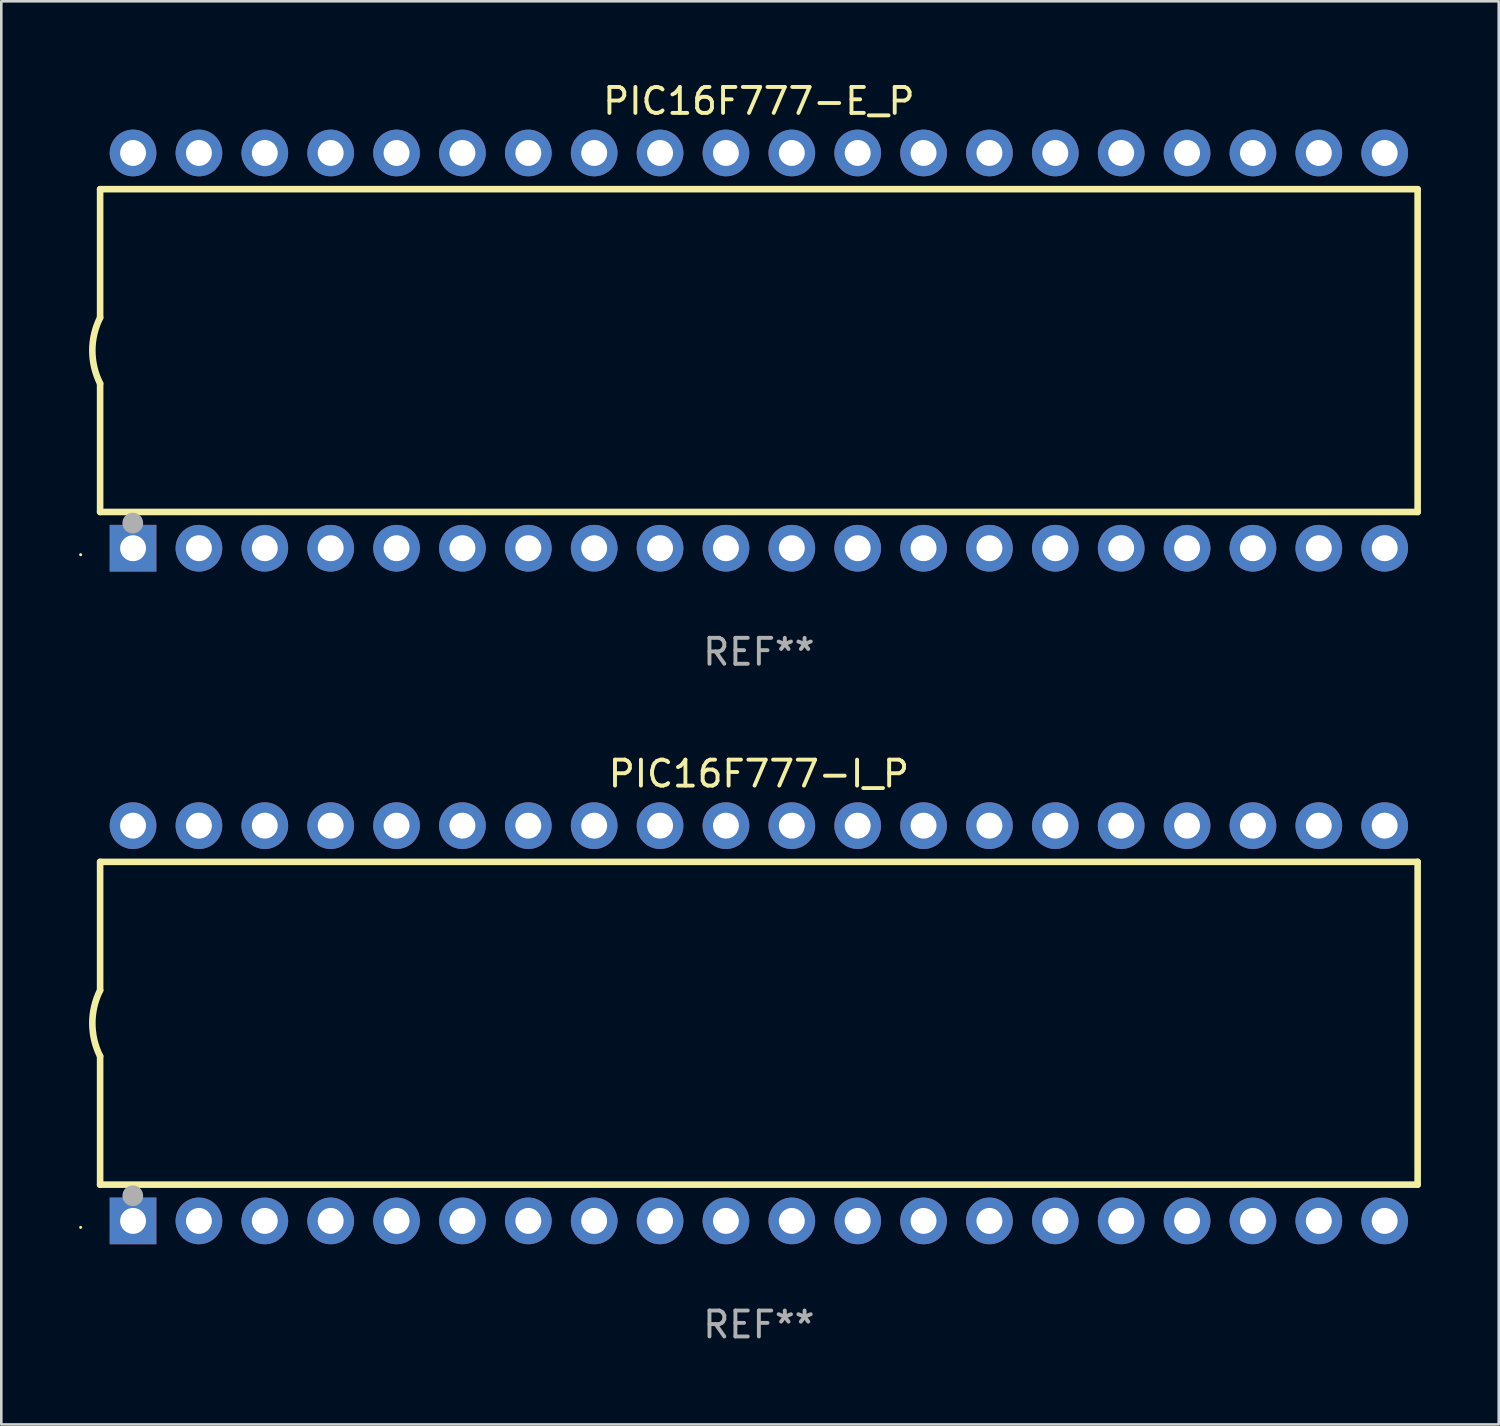
<source format=kicad_pcb>
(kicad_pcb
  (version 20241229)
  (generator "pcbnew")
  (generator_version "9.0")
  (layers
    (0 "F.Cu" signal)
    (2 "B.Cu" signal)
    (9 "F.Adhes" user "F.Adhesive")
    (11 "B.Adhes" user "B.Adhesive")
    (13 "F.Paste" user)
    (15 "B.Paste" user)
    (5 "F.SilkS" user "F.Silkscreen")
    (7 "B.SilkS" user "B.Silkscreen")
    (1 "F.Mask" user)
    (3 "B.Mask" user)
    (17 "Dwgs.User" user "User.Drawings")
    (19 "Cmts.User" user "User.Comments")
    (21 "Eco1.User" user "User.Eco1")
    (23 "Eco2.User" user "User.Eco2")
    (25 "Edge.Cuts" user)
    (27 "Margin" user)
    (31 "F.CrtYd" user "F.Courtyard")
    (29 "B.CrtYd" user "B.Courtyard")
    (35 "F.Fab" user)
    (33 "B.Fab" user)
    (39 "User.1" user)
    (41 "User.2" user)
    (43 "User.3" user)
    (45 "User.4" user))
  (footprint "PIC16F777-E_P"
    (layer "F.Cu")
    (at 26.21 10.468)
    (property "Reference" "PIC16F777-E_P" (at 0 -9.62 0) (layer "F.SilkS") (effects (font (size 1 1) (thickness 0.15))))
    (attr through_hole)
    (fp_line (start -25.4 -6.224) (end -25.4 -1.271) (stroke (width 0.254) (type solid)) (layer "F.SilkS"))
    (fp_line (start -25.4 -6.224) (end 25.4 -6.224) (stroke (width 0.254) (type solid)) (layer "F.SilkS"))
    (fp_line (start -25.4 1.269) (end -25.4 6.222) (stroke (width 0.254) (type solid)) (layer "F.SilkS"))
    (fp_line (start -25.4 6.222) (end 25.4 6.222) (stroke (width 0.254) (type solid)) (layer "F.SilkS"))
    (fp_line (start 25.4 6.222) (end 25.4 -6.224) (stroke (width 0.254) (type solid)) (layer "F.SilkS"))
    (fp_arc (start -25.4 1.269241) (mid -25.699807 -0.000762) (end -25.4 -1.270765) (stroke (width 0.254001) (type solid)) (layer "F.SilkS"))
    (fp_circle (center -26.15 7.87) (end -26.12 7.87) (stroke (width 0.06) (type solid)) (fill no) (layer "F.SilkS"))
    (fp_circle (center -24.14 6.65) (end -23.94 6.65) (stroke (width 0.4) (type solid)) (fill no) (layer "F.Fab"))
    (fp_text user "REF**" (at 0 11.62 0) (layer "F.Fab") (effects (font (size 1 1) (thickness 0.15))))
    (pad "1" thru_hole rect (at -24.13 7.62 90) (size 1.8 1.8) (drill 1) (layers "*.Cu" "*.Mask"))
    (pad "2" thru_hole circle (at -21.59 7.62) (size 1.8 1.8) (drill 1) (layers "*.Cu" "*.Mask"))
    (pad "3" thru_hole circle (at -19.05 7.62) (size 1.8 1.8) (drill 1) (layers "*.Cu" "*.Mask"))
    (pad "4" thru_hole circle (at -16.51 7.62) (size 1.8 1.8) (drill 1) (layers "*.Cu" "*.Mask"))
    (pad "5" thru_hole circle (at -13.97 7.62) (size 1.8 1.8) (drill 1) (layers "*.Cu" "*.Mask"))
    (pad "6" thru_hole circle (at -11.43 7.62) (size 1.8 1.8) (drill 1) (layers "*.Cu" "*.Mask"))
    (pad "7" thru_hole circle (at -8.89 7.62) (size 1.8 1.8) (drill 1) (layers "*.Cu" "*.Mask"))
    (pad "8" thru_hole circle (at -6.35 7.62) (size 1.8 1.8) (drill 1) (layers "*.Cu" "*.Mask"))
    (pad "9" thru_hole circle (at -3.81 7.62) (size 1.8 1.8) (drill 1) (layers "*.Cu" "*.Mask"))
    (pad "10" thru_hole circle (at -1.27 7.62) (size 1.8 1.8) (drill 1) (layers "*.Cu" "*.Mask"))
    (pad "11" thru_hole circle (at 1.27 7.62) (size 1.8 1.8) (drill 1) (layers "*.Cu" "*.Mask"))
    (pad "12" thru_hole circle (at 3.81 7.62) (size 1.8 1.8) (drill 1) (layers "*.Cu" "*.Mask"))
    (pad "13" thru_hole circle (at 6.35 7.62) (size 1.8 1.8) (drill 1) (layers "*.Cu" "*.Mask"))
    (pad "14" thru_hole circle (at 8.89 7.62) (size 1.8 1.8) (drill 1) (layers "*.Cu" "*.Mask"))
    (pad "15" thru_hole circle (at 11.43 7.62) (size 1.8 1.8) (drill 1) (layers "*.Cu" "*.Mask"))
    (pad "16" thru_hole circle (at 13.97 7.62) (size 1.8 1.8) (drill 1) (layers "*.Cu" "*.Mask"))
    (pad "17" thru_hole circle (at 16.51 7.62) (size 1.8 1.8) (drill 1) (layers "*.Cu" "*.Mask"))
    (pad "18" thru_hole circle (at 19.05 7.62) (size 1.8 1.8) (drill 1) (layers "*.Cu" "*.Mask"))
    (pad "19" thru_hole circle (at 21.59 7.62) (size 1.8 1.8) (drill 1) (layers "*.Cu" "*.Mask"))
    (pad "20" thru_hole circle (at 24.13 7.62) (size 1.8 1.8) (drill 1) (layers "*.Cu" "*.Mask"))
    (pad "21" thru_hole circle (at 24.13 -7.62) (size 1.8 1.8) (drill 1) (layers "*.Cu" "*.Mask"))
    (pad "22" thru_hole circle (at 21.59 -7.62) (size 1.8 1.8) (drill 1) (layers "*.Cu" "*.Mask"))
    (pad "23" thru_hole circle (at 19.05 -7.62) (size 1.8 1.8) (drill 1) (layers "*.Cu" "*.Mask"))
    (pad "24" thru_hole circle (at 16.51 -7.62) (size 1.8 1.8) (drill 1) (layers "*.Cu" "*.Mask"))
    (pad "25" thru_hole circle (at 13.97 -7.62) (size 1.8 1.8) (drill 1) (layers "*.Cu" "*.Mask"))
    (pad "26" thru_hole circle (at 11.43 -7.62) (size 1.8 1.8) (drill 1) (layers "*.Cu" "*.Mask"))
    (pad "27" thru_hole circle (at 8.89 -7.62) (size 1.8 1.8) (drill 1) (layers "*.Cu" "*.Mask"))
    (pad "28" thru_hole circle (at 6.35 -7.62) (size 1.8 1.8) (drill 1) (layers "*.Cu" "*.Mask"))
    (pad "29" thru_hole circle (at 3.81 -7.62) (size 1.8 1.8) (drill 1) (layers "*.Cu" "*.Mask"))
    (pad "30" thru_hole circle (at 1.27 -7.62) (size 1.8 1.8) (drill 1) (layers "*.Cu" "*.Mask"))
    (pad "31" thru_hole circle (at -1.27 -7.62) (size 1.8 1.8) (drill 1) (layers "*.Cu" "*.Mask"))
    (pad "32" thru_hole circle (at -3.81 -7.62) (size 1.8 1.8) (drill 1) (layers "*.Cu" "*.Mask"))
    (pad "33" thru_hole circle (at -6.35 -7.62) (size 1.8 1.8) (drill 1) (layers "*.Cu" "*.Mask"))
    (pad "34" thru_hole circle (at -8.89 -7.62) (size 1.8 1.8) (drill 1) (layers "*.Cu" "*.Mask"))
    (pad "35" thru_hole circle (at -11.43 -7.62) (size 1.8 1.8) (drill 1) (layers "*.Cu" "*.Mask"))
    (pad "36" thru_hole circle (at -13.97 -7.62) (size 1.8 1.8) (drill 1) (layers "*.Cu" "*.Mask"))
    (pad "37" thru_hole circle (at -16.51 -7.62) (size 1.8 1.8) (drill 1) (layers "*.Cu" "*.Mask"))
    (pad "38" thru_hole circle (at -19.05 -7.62) (size 1.8 1.8) (drill 1) (layers "*.Cu" "*.Mask"))
    (pad "39" thru_hole circle (at -21.59 -7.62) (size 1.8 1.8) (drill 1) (layers "*.Cu" "*.Mask"))
    (pad "40" thru_hole circle (at -24.13 -7.62) (size 1.8 1.8) (drill 1) (layers "*.Cu" "*.Mask")))
  (footprint "PIC16F777-I_P"
    (layer "F.Cu")
    (at 26.21 36.405)
    (property "Reference" "PIC16F777-I_P" (at 0 -9.62 0) (layer "F.SilkS") (effects (font (size 1 1) (thickness 0.15))))
    (attr through_hole)
    (fp_line (start -25.4 -6.224) (end -25.4 -1.271) (stroke (width 0.254) (type solid)) (layer "F.SilkS"))
    (fp_line (start -25.4 -6.224) (end 25.4 -6.224) (stroke (width 0.254) (type solid)) (layer "F.SilkS"))
    (fp_line (start -25.4 1.269) (end -25.4 6.222) (stroke (width 0.254) (type solid)) (layer "F.SilkS"))
    (fp_line (start -25.4 6.222) (end 25.4 6.222) (stroke (width 0.254) (type solid)) (layer "F.SilkS"))
    (fp_line (start 25.4 6.222) (end 25.4 -6.224) (stroke (width 0.254) (type solid)) (layer "F.SilkS"))
    (fp_arc (start -25.4 1.269241) (mid -25.699807 -0.000762) (end -25.4 -1.270765) (stroke (width 0.254001) (type solid)) (layer "F.SilkS"))
    (fp_circle (center -26.15 7.87) (end -26.12 7.87) (stroke (width 0.06) (type solid)) (fill no) (layer "F.SilkS"))
    (fp_circle (center -24.14 6.65) (end -23.94 6.65) (stroke (width 0.4) (type solid)) (fill no) (layer "F.Fab"))
    (fp_text user "REF**" (at 0 11.62 0) (layer "F.Fab") (effects (font (size 1 1) (thickness 0.15))))
    (pad "1" thru_hole rect (at -24.13 7.62 90) (size 1.8 1.8) (drill 1) (layers "*.Cu" "*.Mask"))
    (pad "2" thru_hole circle (at -21.59 7.62) (size 1.8 1.8) (drill 1) (layers "*.Cu" "*.Mask"))
    (pad "3" thru_hole circle (at -19.05 7.62) (size 1.8 1.8) (drill 1) (layers "*.Cu" "*.Mask"))
    (pad "4" thru_hole circle (at -16.51 7.62) (size 1.8 1.8) (drill 1) (layers "*.Cu" "*.Mask"))
    (pad "5" thru_hole circle (at -13.97 7.62) (size 1.8 1.8) (drill 1) (layers "*.Cu" "*.Mask"))
    (pad "6" thru_hole circle (at -11.43 7.62) (size 1.8 1.8) (drill 1) (layers "*.Cu" "*.Mask"))
    (pad "7" thru_hole circle (at -8.89 7.62) (size 1.8 1.8) (drill 1) (layers "*.Cu" "*.Mask"))
    (pad "8" thru_hole circle (at -6.35 7.62) (size 1.8 1.8) (drill 1) (layers "*.Cu" "*.Mask"))
    (pad "9" thru_hole circle (at -3.81 7.62) (size 1.8 1.8) (drill 1) (layers "*.Cu" "*.Mask"))
    (pad "10" thru_hole circle (at -1.27 7.62) (size 1.8 1.8) (drill 1) (layers "*.Cu" "*.Mask"))
    (pad "11" thru_hole circle (at 1.27 7.62) (size 1.8 1.8) (drill 1) (layers "*.Cu" "*.Mask"))
    (pad "12" thru_hole circle (at 3.81 7.62) (size 1.8 1.8) (drill 1) (layers "*.Cu" "*.Mask"))
    (pad "13" thru_hole circle (at 6.35 7.62) (size 1.8 1.8) (drill 1) (layers "*.Cu" "*.Mask"))
    (pad "14" thru_hole circle (at 8.89 7.62) (size 1.8 1.8) (drill 1) (layers "*.Cu" "*.Mask"))
    (pad "15" thru_hole circle (at 11.43 7.62) (size 1.8 1.8) (drill 1) (layers "*.Cu" "*.Mask"))
    (pad "16" thru_hole circle (at 13.97 7.62) (size 1.8 1.8) (drill 1) (layers "*.Cu" "*.Mask"))
    (pad "17" thru_hole circle (at 16.51 7.62) (size 1.8 1.8) (drill 1) (layers "*.Cu" "*.Mask"))
    (pad "18" thru_hole circle (at 19.05 7.62) (size 1.8 1.8) (drill 1) (layers "*.Cu" "*.Mask"))
    (pad "19" thru_hole circle (at 21.59 7.62) (size 1.8 1.8) (drill 1) (layers "*.Cu" "*.Mask"))
    (pad "20" thru_hole circle (at 24.13 7.62) (size 1.8 1.8) (drill 1) (layers "*.Cu" "*.Mask"))
    (pad "21" thru_hole circle (at 24.13 -7.62) (size 1.8 1.8) (drill 1) (layers "*.Cu" "*.Mask"))
    (pad "22" thru_hole circle (at 21.59 -7.62) (size 1.8 1.8) (drill 1) (layers "*.Cu" "*.Mask"))
    (pad "23" thru_hole circle (at 19.05 -7.62) (size 1.8 1.8) (drill 1) (layers "*.Cu" "*.Mask"))
    (pad "24" thru_hole circle (at 16.51 -7.62) (size 1.8 1.8) (drill 1) (layers "*.Cu" "*.Mask"))
    (pad "25" thru_hole circle (at 13.97 -7.62) (size 1.8 1.8) (drill 1) (layers "*.Cu" "*.Mask"))
    (pad "26" thru_hole circle (at 11.43 -7.62) (size 1.8 1.8) (drill 1) (layers "*.Cu" "*.Mask"))
    (pad "27" thru_hole circle (at 8.89 -7.62) (size 1.8 1.8) (drill 1) (layers "*.Cu" "*.Mask"))
    (pad "28" thru_hole circle (at 6.35 -7.62) (size 1.8 1.8) (drill 1) (layers "*.Cu" "*.Mask"))
    (pad "29" thru_hole circle (at 3.81 -7.62) (size 1.8 1.8) (drill 1) (layers "*.Cu" "*.Mask"))
    (pad "30" thru_hole circle (at 1.27 -7.62) (size 1.8 1.8) (drill 1) (layers "*.Cu" "*.Mask"))
    (pad "31" thru_hole circle (at -1.27 -7.62) (size 1.8 1.8) (drill 1) (layers "*.Cu" "*.Mask"))
    (pad "32" thru_hole circle (at -3.81 -7.62) (size 1.8 1.8) (drill 1) (layers "*.Cu" "*.Mask"))
    (pad "33" thru_hole circle (at -6.35 -7.62) (size 1.8 1.8) (drill 1) (layers "*.Cu" "*.Mask"))
    (pad "34" thru_hole circle (at -8.89 -7.62) (size 1.8 1.8) (drill 1) (layers "*.Cu" "*.Mask"))
    (pad "35" thru_hole circle (at -11.43 -7.62) (size 1.8 1.8) (drill 1) (layers "*.Cu" "*.Mask"))
    (pad "36" thru_hole circle (at -13.97 -7.62) (size 1.8 1.8) (drill 1) (layers "*.Cu" "*.Mask"))
    (pad "37" thru_hole circle (at -16.51 -7.62) (size 1.8 1.8) (drill 1) (layers "*.Cu" "*.Mask"))
    (pad "38" thru_hole circle (at -19.05 -7.62) (size 1.8 1.8) (drill 1) (layers "*.Cu" "*.Mask"))
    (pad "39" thru_hole circle (at -21.59 -7.62) (size 1.8 1.8) (drill 1) (layers "*.Cu" "*.Mask"))
    (pad "40" thru_hole circle (at -24.13 -7.62) (size 1.8 1.8) (drill 1) (layers "*.Cu" "*.Mask")))
  (gr_rect
    (start -3 -3)
    (end 54.737 51.873)
    (stroke (width 0.1) (type default))
    (fill no)
    (layer "Edge.Cuts")))
</source>
